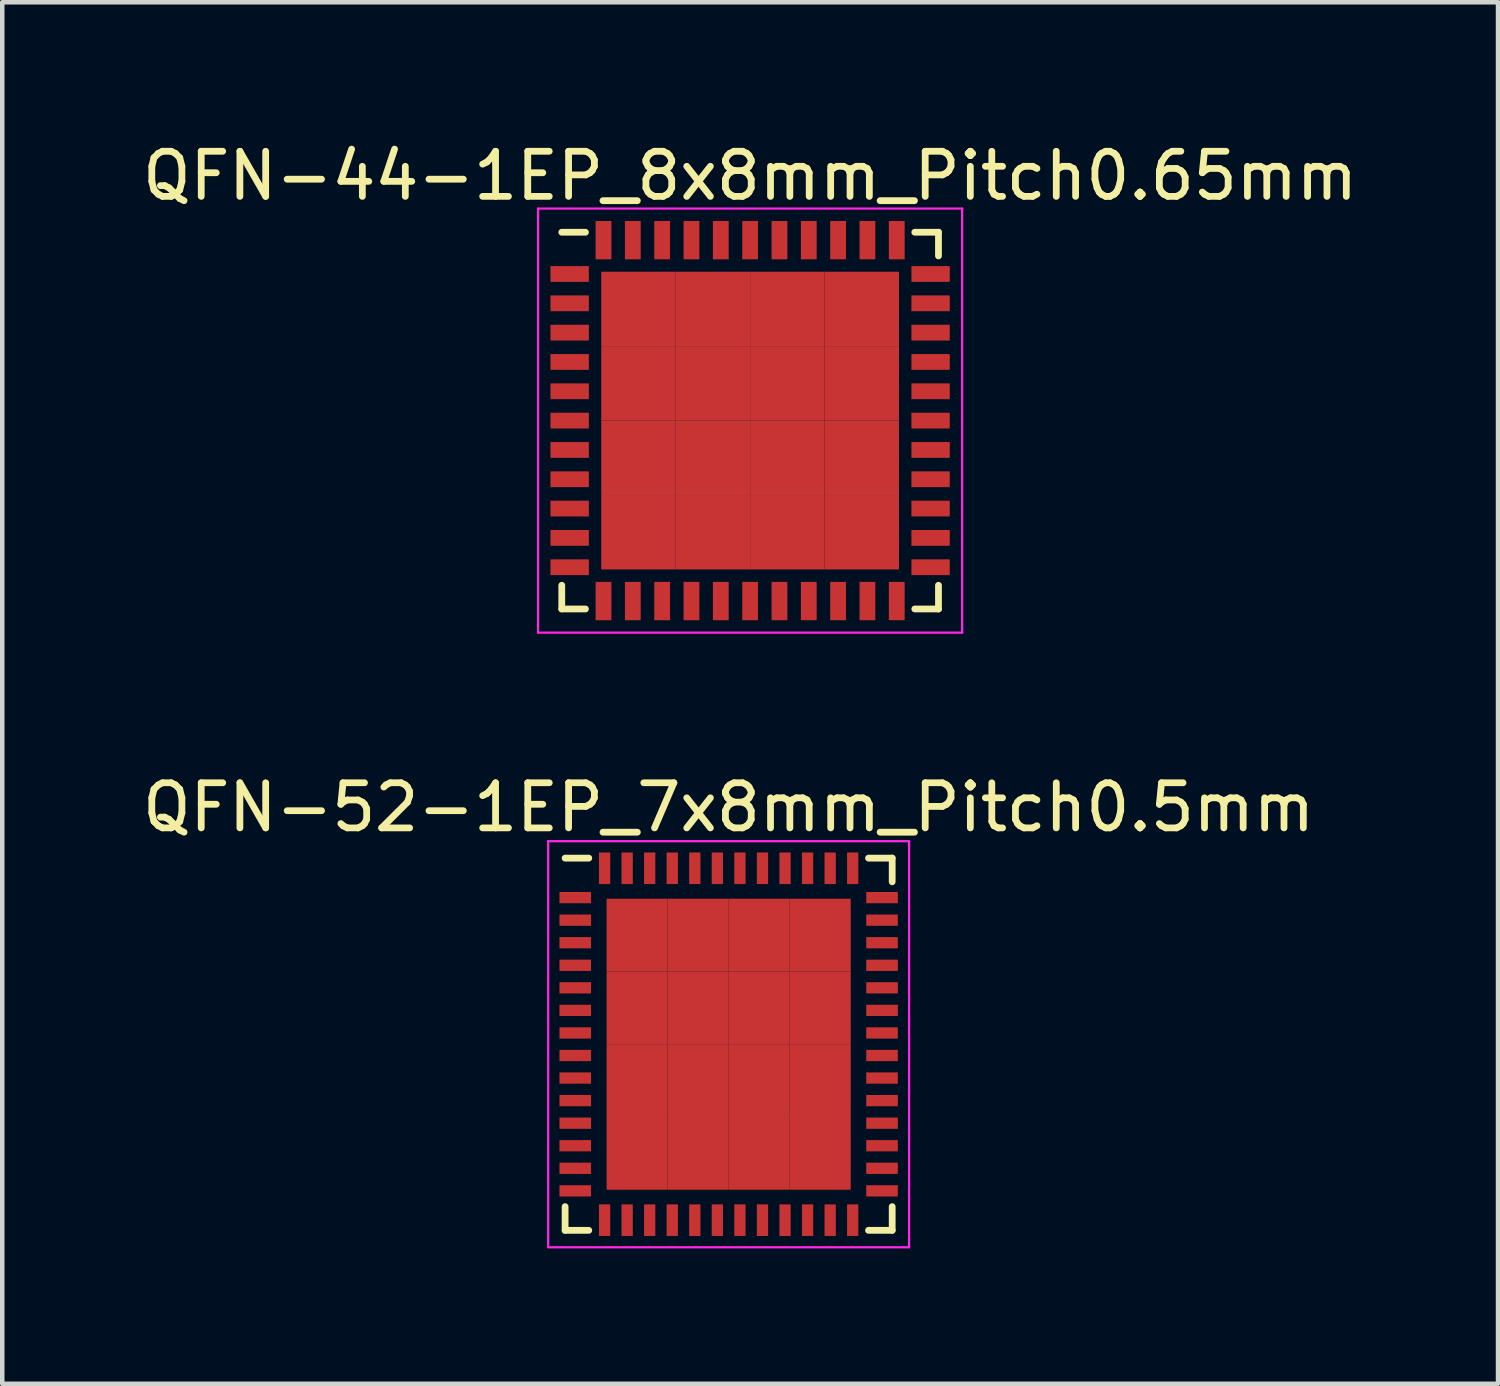
<source format=kicad_pcb>
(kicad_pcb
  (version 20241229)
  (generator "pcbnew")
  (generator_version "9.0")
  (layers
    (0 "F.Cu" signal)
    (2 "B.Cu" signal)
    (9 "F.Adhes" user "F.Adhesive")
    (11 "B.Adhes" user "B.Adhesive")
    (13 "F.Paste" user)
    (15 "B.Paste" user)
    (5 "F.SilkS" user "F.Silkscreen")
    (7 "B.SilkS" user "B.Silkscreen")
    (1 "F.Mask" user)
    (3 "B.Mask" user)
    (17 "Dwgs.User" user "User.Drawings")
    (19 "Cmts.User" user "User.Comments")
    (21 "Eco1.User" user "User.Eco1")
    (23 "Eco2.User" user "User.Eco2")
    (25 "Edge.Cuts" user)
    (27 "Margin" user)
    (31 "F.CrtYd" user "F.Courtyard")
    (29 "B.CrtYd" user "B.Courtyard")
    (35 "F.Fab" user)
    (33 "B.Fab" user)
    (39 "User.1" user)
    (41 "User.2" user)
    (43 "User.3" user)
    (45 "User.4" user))
  (footprint "QFN-44-1EP_8x8mm_Pitch0.65mm"
    (layer "F.Cu")
    (at 13.577 6.273)
    (property "Reference" "QFN-44-1EP_8x8mm_Pitch0.65mm" (at 0 -5.425 0) (layer "F.SilkS") (effects (font (size 1 1) (thickness 0.15))))
    (attr smd)
    (fp_line (start -4.175 -4.175) (end -3.65 -4.175) (stroke (width 0.15) (type solid)) (layer "F.SilkS"))
    (fp_line (start -4.175 4.175) (end -4.175 3.65) (stroke (width 0.15) (type solid)) (layer "F.SilkS"))
    (fp_line (start -4.175 4.175) (end -3.65 4.175) (stroke (width 0.15) (type solid)) (layer "F.SilkS"))
    (fp_line (start 4.175 -4.175) (end 3.65 -4.175) (stroke (width 0.15) (type solid)) (layer "F.SilkS"))
    (fp_line (start 4.175 -4.175) (end 4.175 -3.65) (stroke (width 0.15) (type solid)) (layer "F.SilkS"))
    (fp_line (start 4.175 4.175) (end 3.65 4.175) (stroke (width 0.15) (type solid)) (layer "F.SilkS"))
    (fp_line (start 4.175 4.175) (end 4.175 3.65) (stroke (width 0.15) (type solid)) (layer "F.SilkS"))
    (fp_line (start -4.7 -4.7) (end -4.7 4.7) (stroke (width 0.05) (type solid)) (layer "F.CrtYd"))
    (fp_line (start -4.7 -4.7) (end 4.7 -4.7) (stroke (width 0.05) (type solid)) (layer "F.CrtYd"))
    (fp_line (start -4.7 4.7) (end 4.7 4.7) (stroke (width 0.05) (type solid)) (layer "F.CrtYd"))
    (fp_line (start 4.7 -4.7) (end 4.7 4.7) (stroke (width 0.05) (type solid)) (layer "F.CrtYd"))
    (pad "1" smd rect (at -4 -3.25) (size 0.85 0.35) (layers "F.Cu" "F.Mask" "F.Paste"))
    (pad "2" smd rect (at -4 -2.6) (size 0.85 0.35) (layers "F.Cu" "F.Mask" "F.Paste"))
    (pad "3" smd rect (at -4 -1.95) (size 0.85 0.35) (layers "F.Cu" "F.Mask" "F.Paste"))
    (pad "4" smd rect (at -4 -1.3) (size 0.85 0.35) (layers "F.Cu" "F.Mask" "F.Paste"))
    (pad "5" smd rect (at -4 -0.65) (size 0.85 0.35) (layers "F.Cu" "F.Mask" "F.Paste"))
    (pad "6" smd rect (at -4 0) (size 0.85 0.35) (layers "F.Cu" "F.Mask" "F.Paste"))
    (pad "7" smd rect (at -4 0.65) (size 0.85 0.35) (layers "F.Cu" "F.Mask" "F.Paste"))
    (pad "8" smd rect (at -4 1.3) (size 0.85 0.35) (layers "F.Cu" "F.Mask" "F.Paste"))
    (pad "9" smd rect (at -4 1.95) (size 0.85 0.35) (layers "F.Cu" "F.Mask" "F.Paste"))
    (pad "10" smd rect (at -4 2.6) (size 0.85 0.35) (layers "F.Cu" "F.Mask" "F.Paste"))
    (pad "11" smd rect (at -4 3.25) (size 0.85 0.35) (layers "F.Cu" "F.Mask" "F.Paste"))
    (pad "12" smd rect (at -3.25 4 90) (size 0.85 0.35) (layers "F.Cu" "F.Mask" "F.Paste"))
    (pad "13" smd rect (at -2.6 4 90) (size 0.85 0.35) (layers "F.Cu" "F.Mask" "F.Paste"))
    (pad "14" smd rect (at -1.95 4 90) (size 0.85 0.35) (layers "F.Cu" "F.Mask" "F.Paste"))
    (pad "15" smd rect (at -1.3 4 90) (size 0.85 0.35) (layers "F.Cu" "F.Mask" "F.Paste"))
    (pad "16" smd rect (at -0.65 4 90) (size 0.85 0.35) (layers "F.Cu" "F.Mask" "F.Paste"))
    (pad "17" smd rect (at 0 4 90) (size 0.85 0.35) (layers "F.Cu" "F.Mask" "F.Paste"))
    (pad "18" smd rect (at 0.65 4 90) (size 0.85 0.35) (layers "F.Cu" "F.Mask" "F.Paste"))
    (pad "19" smd rect (at 1.3 4 90) (size 0.85 0.35) (layers "F.Cu" "F.Mask" "F.Paste"))
    (pad "20" smd rect (at 1.95 4 90) (size 0.85 0.35) (layers "F.Cu" "F.Mask" "F.Paste"))
    (pad "21" smd rect (at 2.6 4 90) (size 0.85 0.35) (layers "F.Cu" "F.Mask" "F.Paste"))
    (pad "22" smd rect (at 3.25 4 90) (size 0.85 0.35) (layers "F.Cu" "F.Mask" "F.Paste"))
    (pad "23" smd rect (at 4 3.25) (size 0.85 0.35) (layers "F.Cu" "F.Mask" "F.Paste"))
    (pad "24" smd rect (at 4 2.6) (size 0.85 0.35) (layers "F.Cu" "F.Mask" "F.Paste"))
    (pad "25" smd rect (at 4 1.95) (size 0.85 0.35) (layers "F.Cu" "F.Mask" "F.Paste"))
    (pad "26" smd rect (at 4 1.3) (size 0.85 0.35) (layers "F.Cu" "F.Mask" "F.Paste"))
    (pad "27" smd rect (at 4 0.65) (size 0.85 0.35) (layers "F.Cu" "F.Mask" "F.Paste"))
    (pad "28" smd rect (at 4 0) (size 0.85 0.35) (layers "F.Cu" "F.Mask" "F.Paste"))
    (pad "29" smd rect (at 4 -0.65) (size 0.85 0.35) (layers "F.Cu" "F.Mask" "F.Paste"))
    (pad "30" smd rect (at 4 -1.3) (size 0.85 0.35) (layers "F.Cu" "F.Mask" "F.Paste"))
    (pad "31" smd rect (at 4 -1.95) (size 0.85 0.35) (layers "F.Cu" "F.Mask" "F.Paste"))
    (pad "32" smd rect (at 4 -2.6) (size 0.85 0.35) (layers "F.Cu" "F.Mask" "F.Paste"))
    (pad "33" smd rect (at 4 -3.25) (size 0.85 0.35) (layers "F.Cu" "F.Mask" "F.Paste"))
    (pad "34" smd rect (at 3.25 -4 90) (size 0.85 0.35) (layers "F.Cu" "F.Mask" "F.Paste"))
    (pad "35" smd rect (at 2.6 -4 90) (size 0.85 0.35) (layers "F.Cu" "F.Mask" "F.Paste"))
    (pad "36" smd rect (at 1.95 -4 90) (size 0.85 0.35) (layers "F.Cu" "F.Mask" "F.Paste"))
    (pad "37" smd rect (at 1.3 -4 90) (size 0.85 0.35) (layers "F.Cu" "F.Mask" "F.Paste"))
    (pad "38" smd rect (at 0.65 -4 90) (size 0.85 0.35) (layers "F.Cu" "F.Mask" "F.Paste"))
    (pad "39" smd rect (at 0 -4 90) (size 0.85 0.35) (layers "F.Cu" "F.Mask" "F.Paste"))
    (pad "40" smd rect (at -0.65 -4 90) (size 0.85 0.35) (layers "F.Cu" "F.Mask" "F.Paste"))
    (pad "41" smd rect (at -1.3 -4 90) (size 0.85 0.35) (layers "F.Cu" "F.Mask" "F.Paste"))
    (pad "42" smd rect (at -1.95 -4 90) (size 0.85 0.35) (layers "F.Cu" "F.Mask" "F.Paste"))
    (pad "43" smd rect (at -2.6 -4 90) (size 0.85 0.35) (layers "F.Cu" "F.Mask" "F.Paste"))
    (pad "44" smd rect (at -3.25 -4 90) (size 0.85 0.35) (layers "F.Cu" "F.Mask" "F.Paste"))
    (pad "45" smd rect (at -2.475 -2.475) (size 1.65 1.65) (layers "F.Cu" "F.Mask" "F.Paste"))
    (pad "45" smd rect (at -2.475 -0.825) (size 1.65 1.65) (layers "F.Cu" "F.Mask" "F.Paste"))
    (pad "45" smd rect (at -2.475 0.825) (size 1.65 1.65) (layers "F.Cu" "F.Mask" "F.Paste"))
    (pad "45" smd rect (at -2.475 2.475) (size 1.65 1.65) (layers "F.Cu" "F.Mask" "F.Paste"))
    (pad "45" smd rect (at -0.825 -2.475) (size 1.65 1.65) (layers "F.Cu" "F.Mask" "F.Paste"))
    (pad "45" smd rect (at -0.825 -0.825) (size 1.65 1.65) (layers "F.Cu" "F.Mask" "F.Paste"))
    (pad "45" smd rect (at -0.825 0.825) (size 1.65 1.65) (layers "F.Cu" "F.Mask" "F.Paste"))
    (pad "45" smd rect (at -0.825 2.475) (size 1.65 1.65) (layers "F.Cu" "F.Mask" "F.Paste"))
    (pad "45" smd rect (at 0.825 -2.475) (size 1.65 1.65) (layers "F.Cu" "F.Mask" "F.Paste"))
    (pad "45" smd rect (at 0.825 -0.825) (size 1.65 1.65) (layers "F.Cu" "F.Mask" "F.Paste"))
    (pad "45" smd rect (at 0.825 0.825) (size 1.65 1.65) (layers "F.Cu" "F.Mask" "F.Paste"))
    (pad "45" smd rect (at 0.825 2.475) (size 1.65 1.65) (layers "F.Cu" "F.Mask" "F.Paste"))
    (pad "45" smd rect (at 2.475 -2.475) (size 1.65 1.65) (layers "F.Cu" "F.Mask" "F.Paste"))
    (pad "45" smd rect (at 2.475 -0.825) (size 1.65 1.65) (layers "F.Cu" "F.Mask" "F.Paste"))
    (pad "45" smd rect (at 2.475 0.825) (size 1.65 1.65) (layers "F.Cu" "F.Mask" "F.Paste"))
    (pad "45" smd rect (at 2.475 2.475) (size 1.65 1.65) (layers "F.Cu" "F.Mask" "F.Paste")))
  (footprint "QFN-52-1EP_7x8mm_Pitch0.5mm"
    (layer "F.Cu")
    (at 13.101 20.096)
    (property "Reference" "QFN-52-1EP_7x8mm_Pitch0.5mm" (at 0 -5.25 0) (layer "F.SilkS") (effects (font (size 1 1) (thickness 0.15))))
    (attr smd)
    (fp_line (start -3.625 -4.125) (end -3.1 -4.125) (stroke (width 0.15) (type solid)) (layer "F.SilkS"))
    (fp_line (start -3.625 4.125) (end -3.625 3.6) (stroke (width 0.15) (type solid)) (layer "F.SilkS"))
    (fp_line (start -3.625 4.125) (end -3.1 4.125) (stroke (width 0.15) (type solid)) (layer "F.SilkS"))
    (fp_line (start 3.625 -4.125) (end 3.1 -4.125) (stroke (width 0.15) (type solid)) (layer "F.SilkS"))
    (fp_line (start 3.625 -4.125) (end 3.625 -3.6) (stroke (width 0.15) (type solid)) (layer "F.SilkS"))
    (fp_line (start 3.625 4.125) (end 3.1 4.125) (stroke (width 0.15) (type solid)) (layer "F.SilkS"))
    (fp_line (start 3.625 4.125) (end 3.625 3.6) (stroke (width 0.15) (type solid)) (layer "F.SilkS"))
    (fp_line (start -4 -4.5) (end -4 4.5) (stroke (width 0.05) (type solid)) (layer "F.CrtYd"))
    (fp_line (start -4 -4.5) (end 4 -4.5) (stroke (width 0.05) (type solid)) (layer "F.CrtYd"))
    (fp_line (start -4 4.5) (end 4 4.5) (stroke (width 0.05) (type solid)) (layer "F.CrtYd"))
    (fp_line (start 4 -4.5) (end 4 4.5) (stroke (width 0.05) (type solid)) (layer "F.CrtYd"))
    (pad "1" smd rect (at -3.4 -3.25) (size 0.7 0.25) (layers "F.Cu" "F.Mask" "F.Paste"))
    (pad "2" smd rect (at -3.4 -2.75) (size 0.7 0.25) (layers "F.Cu" "F.Mask" "F.Paste"))
    (pad "3" smd rect (at -3.4 -2.25) (size 0.7 0.25) (layers "F.Cu" "F.Mask" "F.Paste"))
    (pad "4" smd rect (at -3.4 -1.75) (size 0.7 0.25) (layers "F.Cu" "F.Mask" "F.Paste"))
    (pad "5" smd rect (at -3.4 -1.25) (size 0.7 0.25) (layers "F.Cu" "F.Mask" "F.Paste"))
    (pad "6" smd rect (at -3.4 -0.75) (size 0.7 0.25) (layers "F.Cu" "F.Mask" "F.Paste"))
    (pad "7" smd rect (at -3.4 -0.25) (size 0.7 0.25) (layers "F.Cu" "F.Mask" "F.Paste"))
    (pad "8" smd rect (at -3.4 0.25) (size 0.7 0.25) (layers "F.Cu" "F.Mask" "F.Paste"))
    (pad "9" smd rect (at -3.4 0.75) (size 0.7 0.25) (layers "F.Cu" "F.Mask" "F.Paste"))
    (pad "10" smd rect (at -3.4 1.25) (size 0.7 0.25) (layers "F.Cu" "F.Mask" "F.Paste"))
    (pad "11" smd rect (at -3.4 1.75) (size 0.7 0.25) (layers "F.Cu" "F.Mask" "F.Paste"))
    (pad "12" smd rect (at -3.4 2.25) (size 0.7 0.25) (layers "F.Cu" "F.Mask" "F.Paste"))
    (pad "13" smd rect (at -3.4 2.75) (size 0.7 0.25) (layers "F.Cu" "F.Mask" "F.Paste"))
    (pad "14" smd rect (at -3.4 3.25) (size 0.7 0.25) (layers "F.Cu" "F.Mask" "F.Paste"))
    (pad "15" smd rect (at -2.75 3.9 90) (size 0.7 0.25) (layers "F.Cu" "F.Mask" "F.Paste"))
    (pad "16" smd rect (at -2.25 3.9 90) (size 0.7 0.25) (layers "F.Cu" "F.Mask" "F.Paste"))
    (pad "17" smd rect (at -1.75 3.9 90) (size 0.7 0.25) (layers "F.Cu" "F.Mask" "F.Paste"))
    (pad "18" smd rect (at -1.25 3.9 90) (size 0.7 0.25) (layers "F.Cu" "F.Mask" "F.Paste"))
    (pad "19" smd rect (at -0.75 3.9 90) (size 0.7 0.25) (layers "F.Cu" "F.Mask" "F.Paste"))
    (pad "20" smd rect (at -0.25 3.9 90) (size 0.7 0.25) (layers "F.Cu" "F.Mask" "F.Paste"))
    (pad "21" smd rect (at 0.25 3.9 90) (size 0.7 0.25) (layers "F.Cu" "F.Mask" "F.Paste"))
    (pad "22" smd rect (at 0.75 3.9 90) (size 0.7 0.25) (layers "F.Cu" "F.Mask" "F.Paste"))
    (pad "23" smd rect (at 1.25 3.9 90) (size 0.7 0.25) (layers "F.Cu" "F.Mask" "F.Paste"))
    (pad "24" smd rect (at 1.75 3.9 90) (size 0.7 0.25) (layers "F.Cu" "F.Mask" "F.Paste"))
    (pad "25" smd rect (at 2.25 3.9 90) (size 0.7 0.25) (layers "F.Cu" "F.Mask" "F.Paste"))
    (pad "26" smd rect (at 2.75 3.9 90) (size 0.7 0.25) (layers "F.Cu" "F.Mask" "F.Paste"))
    (pad "27" smd rect (at 3.4 3.25) (size 0.7 0.25) (layers "F.Cu" "F.Mask" "F.Paste"))
    (pad "28" smd rect (at 3.4 2.75) (size 0.7 0.25) (layers "F.Cu" "F.Mask" "F.Paste"))
    (pad "29" smd rect (at 3.4 2.25) (size 0.7 0.25) (layers "F.Cu" "F.Mask" "F.Paste"))
    (pad "30" smd rect (at 3.4 1.75) (size 0.7 0.25) (layers "F.Cu" "F.Mask" "F.Paste"))
    (pad "31" smd rect (at 3.4 1.25) (size 0.7 0.25) (layers "F.Cu" "F.Mask" "F.Paste"))
    (pad "32" smd rect (at 3.4 0.75) (size 0.7 0.25) (layers "F.Cu" "F.Mask" "F.Paste"))
    (pad "33" smd rect (at 3.4 0.25) (size 0.7 0.25) (layers "F.Cu" "F.Mask" "F.Paste"))
    (pad "34" smd rect (at 3.4 -0.25) (size 0.7 0.25) (layers "F.Cu" "F.Mask" "F.Paste"))
    (pad "35" smd rect (at 3.4 -0.75) (size 0.7 0.25) (layers "F.Cu" "F.Mask" "F.Paste"))
    (pad "36" smd rect (at 3.4 -1.25) (size 0.7 0.25) (layers "F.Cu" "F.Mask" "F.Paste"))
    (pad "37" smd rect (at 3.4 -1.75) (size 0.7 0.25) (layers "F.Cu" "F.Mask" "F.Paste"))
    (pad "38" smd rect (at 3.4 -2.25) (size 0.7 0.25) (layers "F.Cu" "F.Mask" "F.Paste"))
    (pad "39" smd rect (at 3.4 -2.75) (size 0.7 0.25) (layers "F.Cu" "F.Mask" "F.Paste"))
    (pad "40" smd rect (at 3.4 -3.25) (size 0.7 0.25) (layers "F.Cu" "F.Mask" "F.Paste"))
    (pad "41" smd rect (at 2.75 -3.9 90) (size 0.7 0.25) (layers "F.Cu" "F.Mask" "F.Paste"))
    (pad "42" smd rect (at 2.25 -3.9 90) (size 0.7 0.25) (layers "F.Cu" "F.Mask" "F.Paste"))
    (pad "43" smd rect (at 1.75 -3.9 90) (size 0.7 0.25) (layers "F.Cu" "F.Mask" "F.Paste"))
    (pad "44" smd rect (at 1.25 -3.9 90) (size 0.7 0.25) (layers "F.Cu" "F.Mask" "F.Paste"))
    (pad "45" smd rect (at 0.75 -3.9 90) (size 0.7 0.25) (layers "F.Cu" "F.Mask" "F.Paste"))
    (pad "46" smd rect (at 0.25 -3.9 90) (size 0.7 0.25) (layers "F.Cu" "F.Mask" "F.Paste"))
    (pad "47" smd rect (at -0.25 -3.9 90) (size 0.7 0.25) (layers "F.Cu" "F.Mask" "F.Paste"))
    (pad "48" smd rect (at -0.75 -3.9 90) (size 0.7 0.25) (layers "F.Cu" "F.Mask" "F.Paste"))
    (pad "49" smd rect (at -1.25 -3.9 90) (size 0.7 0.25) (layers "F.Cu" "F.Mask" "F.Paste"))
    (pad "50" smd rect (at -1.75 -3.9 90) (size 0.7 0.25) (layers "F.Cu" "F.Mask" "F.Paste"))
    (pad "51" smd rect (at -2.25 -3.9 90) (size 0.7 0.25) (layers "F.Cu" "F.Mask" "F.Paste"))
    (pad "52" smd rect (at -2.75 -3.9 90) (size 0.7 0.25) (layers "F.Cu" "F.Mask" "F.Paste"))
    (pad "53" smd rect (at -2.029 -2.419) (size 1.353 1.613) (layers "F.Cu" "F.Mask" "F.Paste"))
    (pad "53" smd rect (at -2.029 -0.806) (size 1.353 1.613) (layers "F.Cu" "F.Mask" "F.Paste"))
    (pad "53" smd rect (at -2.029 0.806) (size 1.353 1.613) (layers "F.Cu" "F.Mask" "F.Paste"))
    (pad "53" smd rect (at -2.029 2.419) (size 1.353 1.613) (layers "F.Cu" "F.Mask" "F.Paste"))
    (pad "53" smd rect (at -0.676 -2.419) (size 1.353 1.613) (layers "F.Cu" "F.Mask" "F.Paste"))
    (pad "53" smd rect (at -0.676 -0.806) (size 1.353 1.613) (layers "F.Cu" "F.Mask" "F.Paste"))
    (pad "53" smd rect (at -0.676 0.806) (size 1.353 1.613) (layers "F.Cu" "F.Mask" "F.Paste"))
    (pad "53" smd rect (at -0.676 2.419) (size 1.353 1.613) (layers "F.Cu" "F.Mask" "F.Paste"))
    (pad "53" smd rect (at 0.676 -2.419) (size 1.353 1.613) (layers "F.Cu" "F.Mask" "F.Paste"))
    (pad "53" smd rect (at 0.676 -0.806) (size 1.353 1.613) (layers "F.Cu" "F.Mask" "F.Paste"))
    (pad "53" smd rect (at 0.676 0.806) (size 1.353 1.613) (layers "F.Cu" "F.Mask" "F.Paste"))
    (pad "53" smd rect (at 0.676 2.419) (size 1.353 1.613) (layers "F.Cu" "F.Mask" "F.Paste"))
    (pad "53" smd rect (at 2.029 -2.419) (size 1.353 1.613) (layers "F.Cu" "F.Mask" "F.Paste"))
    (pad "53" smd rect (at 2.029 -0.806) (size 1.353 1.613) (layers "F.Cu" "F.Mask" "F.Paste"))
    (pad "53" smd rect (at 2.029 0.806) (size 1.353 1.613) (layers "F.Cu" "F.Mask" "F.Paste"))
    (pad "53" smd rect (at 2.029 2.419) (size 1.353 1.613) (layers "F.Cu" "F.Mask" "F.Paste")))
  (gr_rect
    (start -3 -3)
    (end 30.155 27.622)
    (stroke (width 0.1) (type default))
    (fill no)
    (layer "Edge.Cuts")))
</source>
